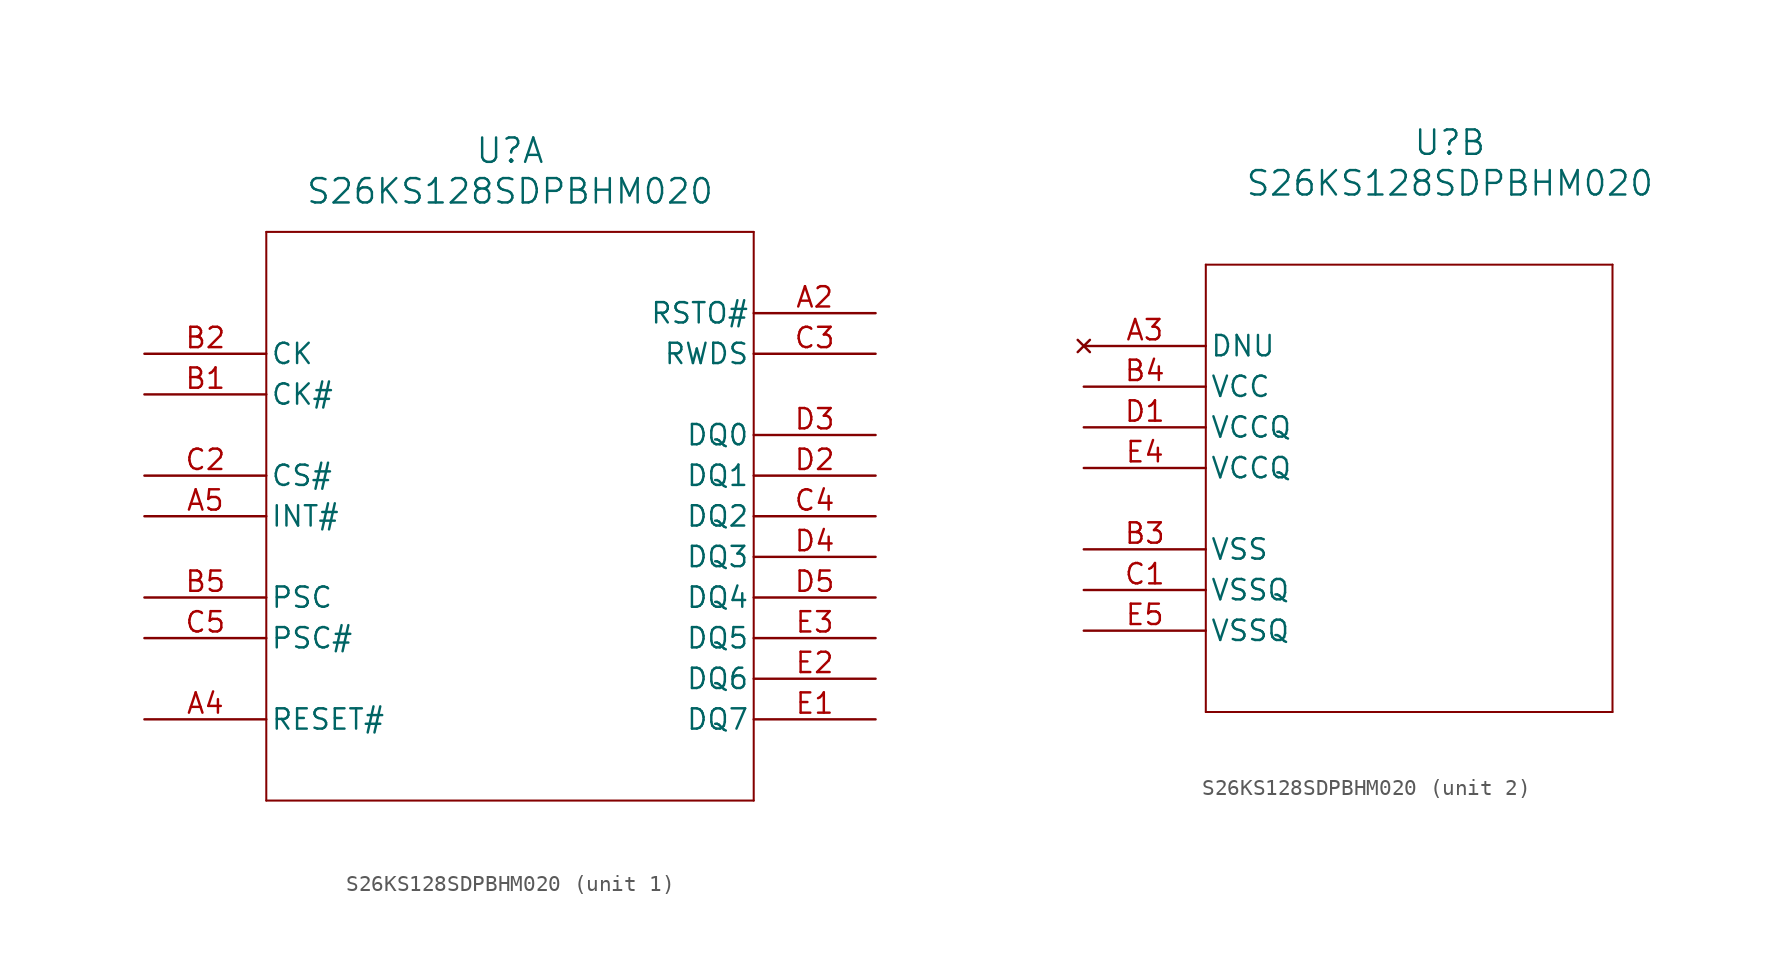
<source format=kicad_sym>
(kicad_symbol_lib
  (version 20211014)
  (generator kicad_symbol_editor)
  (symbol "S26KS128SDPBHM020"
    (pin_names
      (offset 0.254))
    (property "Reference" "U"
      (at 22.86 12.7 0)
      (effects (font (size 1.524 1.524))))
    (property "Value" "S26KS128SDPBHM020"
      (at 22.86 10.16 0)
      (effects (font (size 1.524 1.524))))
    (symbol "S26KS128SDPBHM020_1_1"
      (polyline (pts (xy 7.62 7.62) (xy 7.62 -27.94)) (stroke (width 0.127) (type default) (color 0 0 0 0)) (fill (type none)))
      (polyline (pts (xy 7.62 -27.94) (xy 38.1 -27.94)) (stroke (width 0.127) (type default) (color 0 0 0 0)) (fill (type none)))
      (polyline (pts (xy 38.1 -27.94) (xy 38.1 7.62)) (stroke (width 0.127) (type default) (color 0 0 0 0)) (fill (type none)))
      (polyline (pts (xy 38.1 7.62) (xy 7.62 7.62)) (stroke (width 0.127) (type default) (color 0 0 0 0)) (fill (type none)))
      (pin output line (at 45.72 2.54 180) (length 7.62) (name "RSTO#" (effects (font (size 1.27 1.27)))) (number "A2" (effects (font (size 1.27 1.27)))))
      (pin input line (at 0 -22.86 0) (length 7.62) (name "RESET#" (effects (font (size 1.27 1.27)))) (number "A4" (effects (font (size 1.27 1.27)))))
      (pin input line (at 0 -10.16 0) (length 7.62) (name "INT#" (effects (font (size 1.27 1.27)))) (number "A5" (effects (font (size 1.27 1.27)))))
      (pin input line (at 0 -2.54 0) (length 7.62) (name "CK#" (effects (font (size 1.27 1.27)))) (number "B1" (effects (font (size 1.27 1.27)))))
      (pin input line (at 0 0 0) (length 7.62) (name "CK" (effects (font (size 1.27 1.27)))) (number "B2" (effects (font (size 1.27 1.27)))))
      (pin input line (at 0 -15.24 0) (length 7.62) (name "PSC" (effects (font (size 1.27 1.27)))) (number "B5" (effects (font (size 1.27 1.27)))))
      (pin input line (at 0 -7.62 0) (length 7.62) (name "CS#" (effects (font (size 1.27 1.27)))) (number "C2" (effects (font (size 1.27 1.27)))))
      (pin output line (at 45.72 0 180) (length 7.62) (name "RWDS" (effects (font (size 1.27 1.27)))) (number "C3" (effects (font (size 1.27 1.27)))))
      (pin bidirectional line (at 45.72 -10.16 180) (length 7.62) (name "DQ2" (effects (font (size 1.27 1.27)))) (number "C4" (effects (font (size 1.27 1.27)))))
      (pin input line (at 0 -17.78 0) (length 7.62) (name "PSC#" (effects (font (size 1.27 1.27)))) (number "C5" (effects (font (size 1.27 1.27)))))
      (pin bidirectional line (at 45.72 -7.62 180) (length 7.62) (name "DQ1" (effects (font (size 1.27 1.27)))) (number "D2" (effects (font (size 1.27 1.27)))))
      (pin bidirectional line (at 45.72 -5.08 180) (length 7.62) (name "DQ0" (effects (font (size 1.27 1.27)))) (number "D3" (effects (font (size 1.27 1.27)))))
      (pin bidirectional line (at 45.72 -12.7 180) (length 7.62) (name "DQ3" (effects (font (size 1.27 1.27)))) (number "D4" (effects (font (size 1.27 1.27)))))
      (pin bidirectional line (at 45.72 -15.24 180) (length 7.62) (name "DQ4" (effects (font (size 1.27 1.27)))) (number "D5" (effects (font (size 1.27 1.27)))))
      (pin bidirectional line (at 45.72 -22.86 180) (length 7.62) (name "DQ7" (effects (font (size 1.27 1.27)))) (number "E1" (effects (font (size 1.27 1.27)))))
      (pin bidirectional line (at 45.72 -20.32 180) (length 7.62) (name "DQ6" (effects (font (size 1.27 1.27)))) (number "E2" (effects (font (size 1.27 1.27)))))
      (pin bidirectional line (at 45.72 -17.78 180) (length 7.62) (name "DQ5" (effects (font (size 1.27 1.27)))) (number "E3" (effects (font (size 1.27 1.27))))))
    (symbol "S26KS128SDPBHM020_2_1"
      (polyline (pts (xy 7.62 5.08) (xy 7.62 -22.86)) (stroke (width 0.127) (type default) (color 0 0 0 0)) (fill (type none)))
      (polyline (pts (xy 7.62 -22.86) (xy 33.02 -22.86)) (stroke (width 0.127) (type default) (color 0 0 0 0)) (fill (type none)))
      (polyline (pts (xy 33.02 -22.86) (xy 33.02 5.08)) (stroke (width 0.127) (type default) (color 0 0 0 0)) (fill (type none)))
      (polyline (pts (xy 33.02 5.08) (xy 7.62 5.08)) (stroke (width 0.127) (type default) (color 0 0 0 0)) (fill (type none)))
      (pin no_connect line (at 0 0 0) (length 7.62) (name "DNU" (effects (font (size 1.27 1.27)))) (number "A3" (effects (font (size 1.27 1.27)))))
      (pin power_out line (at 0 -12.7 0) (length 7.62) (name "VSS" (effects (font (size 1.27 1.27)))) (number "B3" (effects (font (size 1.27 1.27)))))
      (pin power_in line (at 0 -2.54 0) (length 7.62) (name "VCC" (effects (font (size 1.27 1.27)))) (number "B4" (effects (font (size 1.27 1.27)))))
      (pin power_out line (at 0 -15.24 0) (length 7.62) (name "VSSQ" (effects (font (size 1.27 1.27)))) (number "C1" (effects (font (size 1.27 1.27)))))
      (pin power_in line (at 0 -5.08 0) (length 7.62) (name "VCCQ" (effects (font (size 1.27 1.27)))) (number "D1" (effects (font (size 1.27 1.27)))))
      (pin power_in line (at 0 -7.62 0) (length 7.62) (name "VCCQ" (effects (font (size 1.27 1.27)))) (number "E4" (effects (font (size 1.27 1.27)))))
      (pin power_out line (at 0 -17.78 0) (length 7.62) (name "VSSQ" (effects (font (size 1.27 1.27)))) (number "E5" (effects (font (size 1.27 1.27))))))))
</source>
